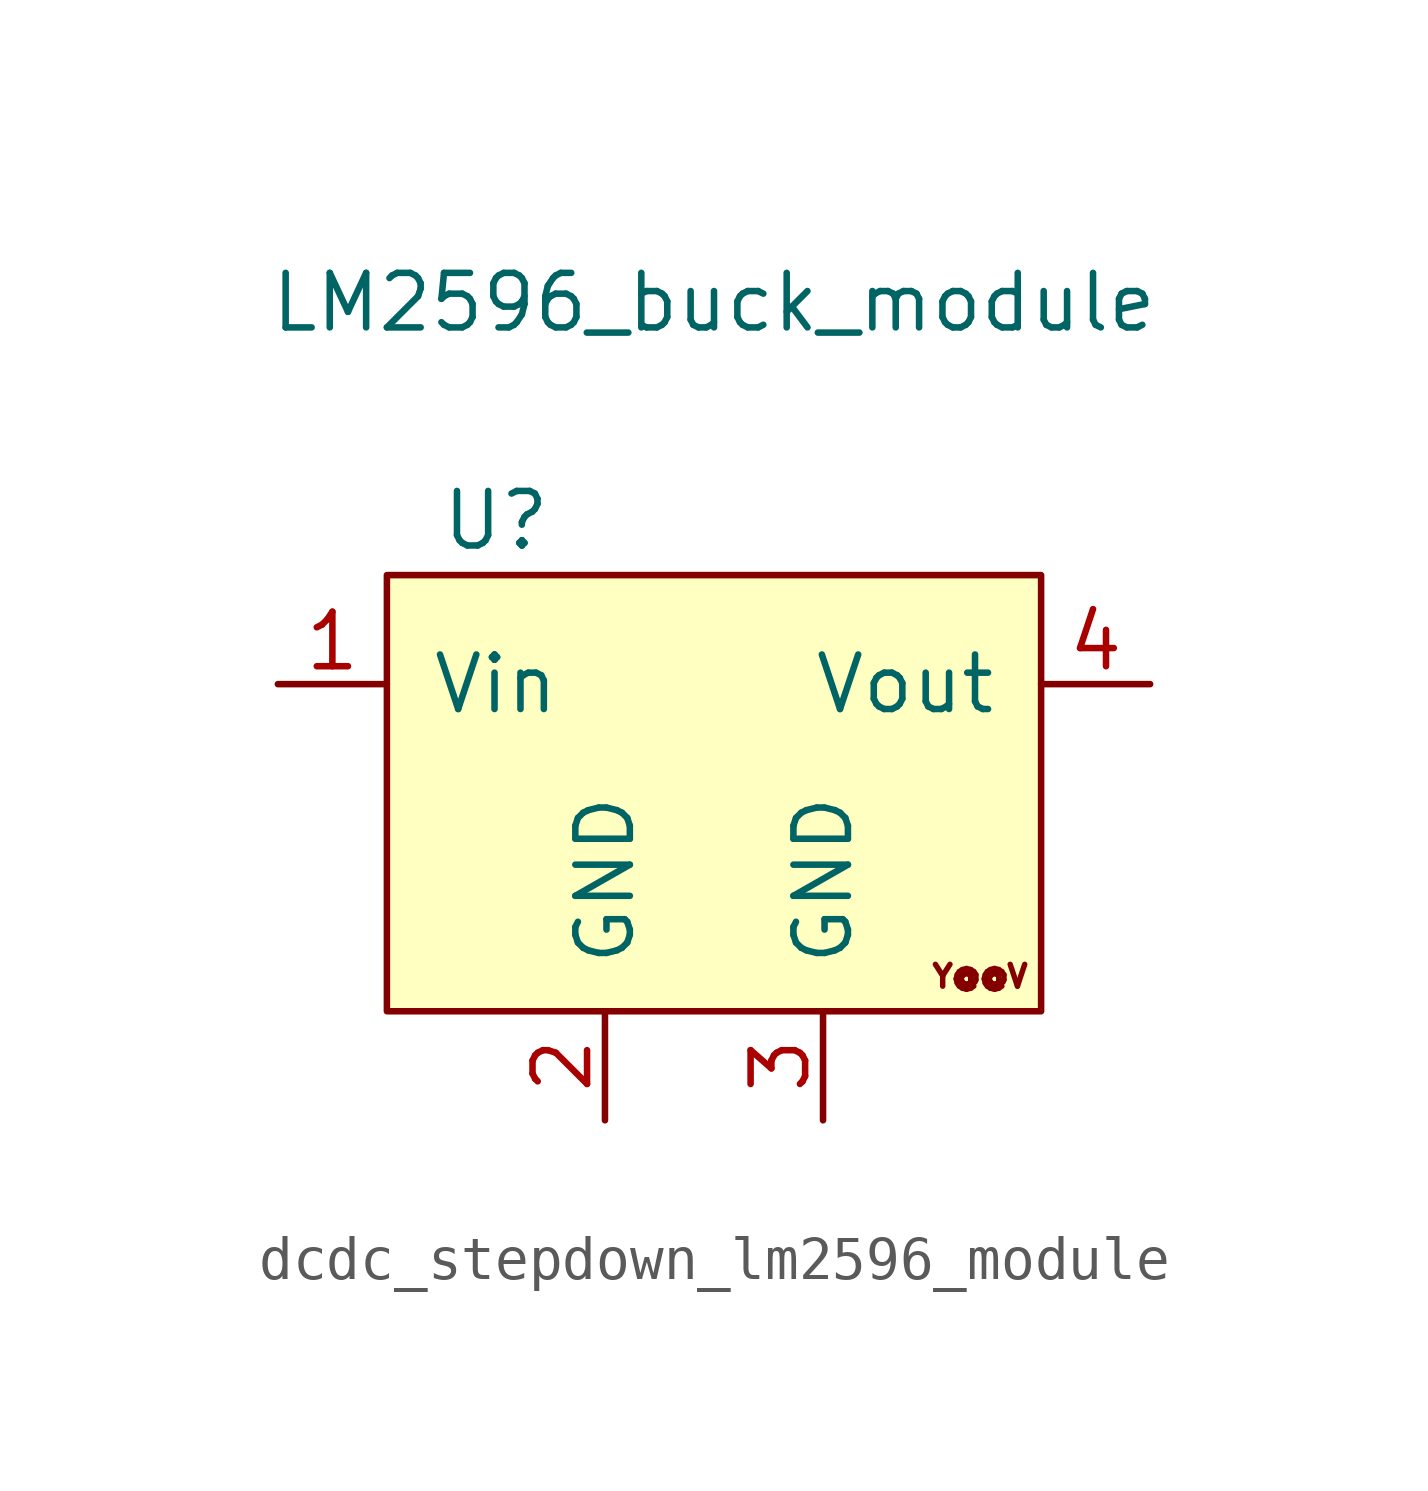
<source format=kicad_sym>
(kicad_symbol_lib
  (version 20220914)
  (generator kicad_symbol_editor)
  (symbol "dcdc_stepdown_lm2596_module"
    (pin_names
      (offset 1.016))
    (property "Reference" "U"
      (at -5.08 6.35 0)
      (effects (font (size 1.27 1.27))))
    (property "Value" "LM2596_buck_module"
      (at 0 11.43 0)
      (effects (font (size 1.27 1.27))))
    (symbol "dcdc_stepdown_lm2596_module_0_1"
      (rectangle (start -7.62 5.08) (end 7.62 -5.08) (stroke (width 0) (type solid)) (fill (type background))))
    (symbol "dcdc_stepdown_lm2596_module_1_1"
      (text "Y@@V" (at 6.198 -4.267 0) (effects (font (size 0.508 0.508))))
      (pin power_in line (at -10.16 2.54 0) (length 2.54) (name "Vin" (effects (font (size 1.27 1.27)))) (number "1" (effects (font (size 1.27 1.27)))))
      (pin power_in line (at -2.54 -7.62 90) (length 2.54) (name "GND" (effects (font (size 1.27 1.27)))) (number "2" (effects (font (size 1.27 1.27)))))
      (pin power_in line (at 2.54 -7.62 90) (length 2.54) (name "GND" (effects (font (size 1.27 1.27)))) (number "3" (effects (font (size 1.27 1.27)))))
      (pin power_out line (at 10.16 2.54 180) (length 2.54) (name "Vout" (effects (font (size 1.27 1.27)))) (number "4" (effects (font (size 1.27 1.27))))))))
</source>
